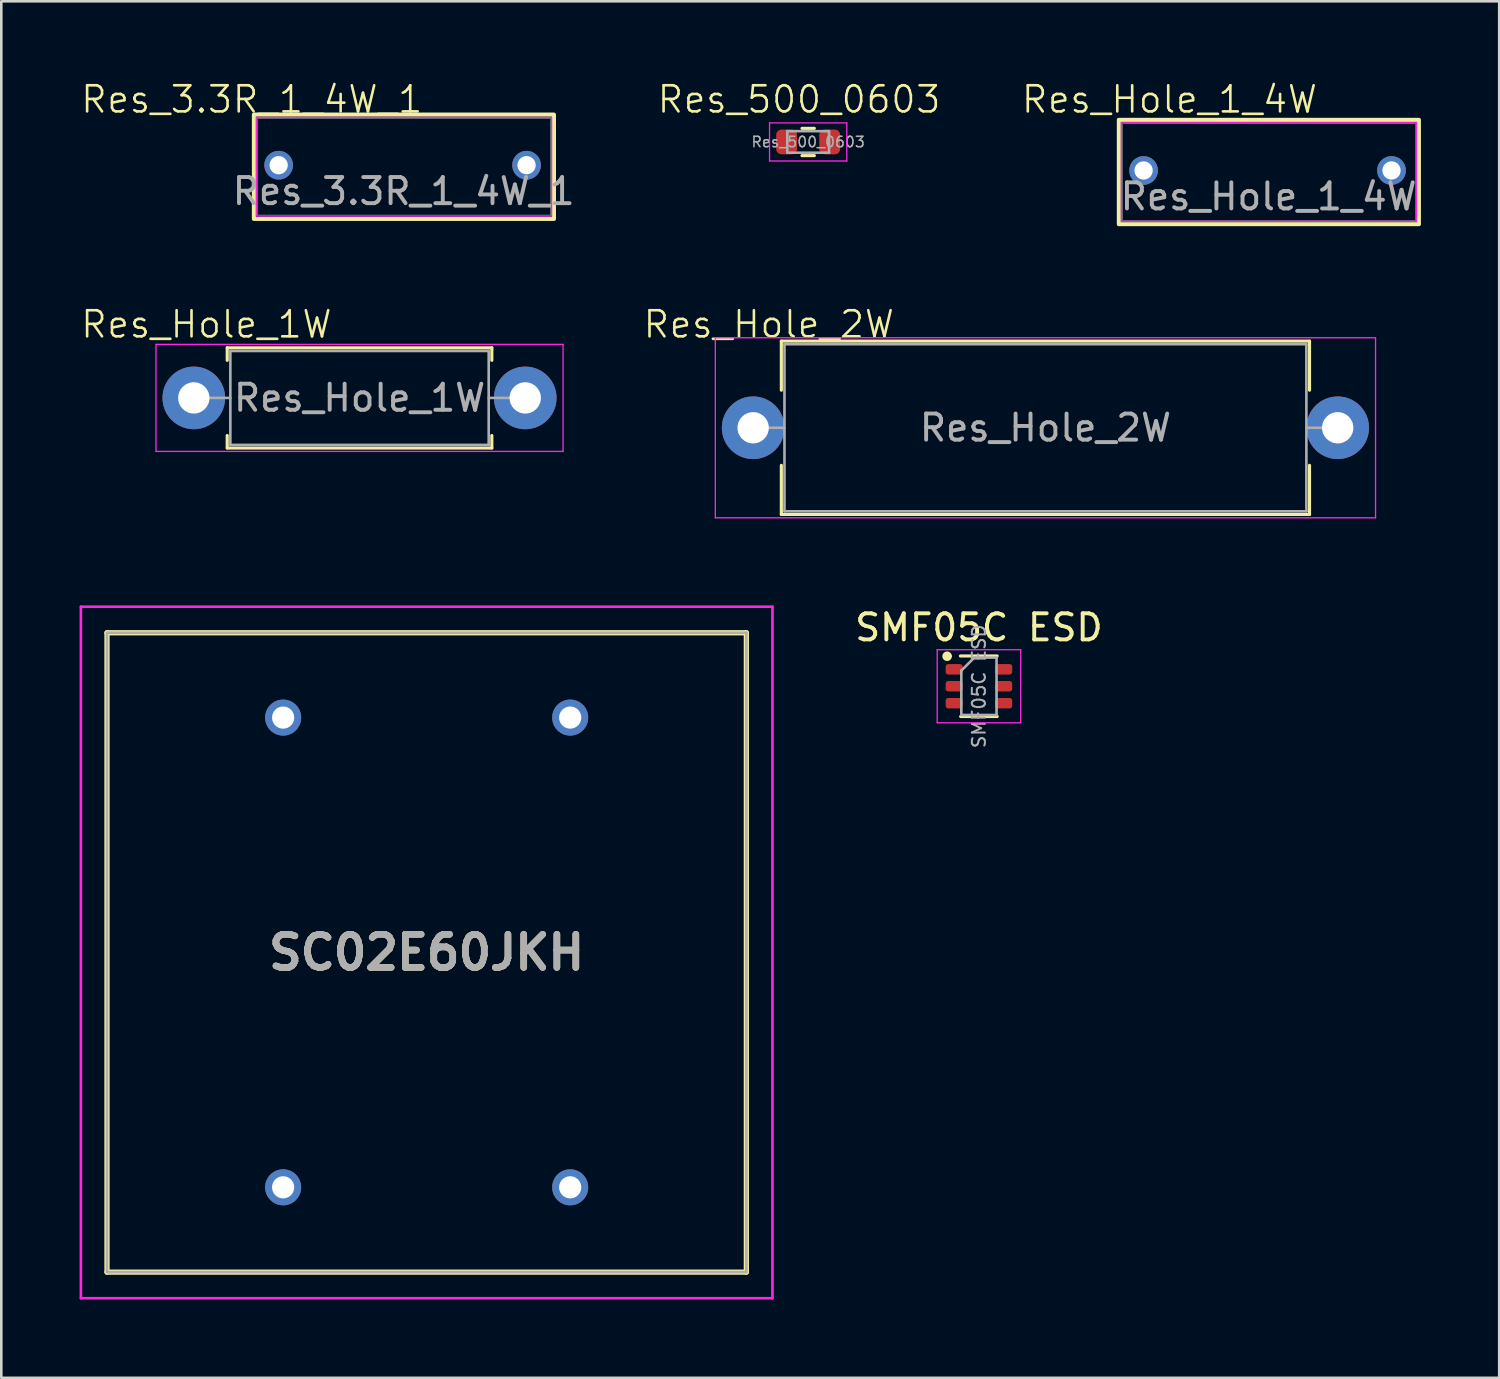
<source format=kicad_pcb>
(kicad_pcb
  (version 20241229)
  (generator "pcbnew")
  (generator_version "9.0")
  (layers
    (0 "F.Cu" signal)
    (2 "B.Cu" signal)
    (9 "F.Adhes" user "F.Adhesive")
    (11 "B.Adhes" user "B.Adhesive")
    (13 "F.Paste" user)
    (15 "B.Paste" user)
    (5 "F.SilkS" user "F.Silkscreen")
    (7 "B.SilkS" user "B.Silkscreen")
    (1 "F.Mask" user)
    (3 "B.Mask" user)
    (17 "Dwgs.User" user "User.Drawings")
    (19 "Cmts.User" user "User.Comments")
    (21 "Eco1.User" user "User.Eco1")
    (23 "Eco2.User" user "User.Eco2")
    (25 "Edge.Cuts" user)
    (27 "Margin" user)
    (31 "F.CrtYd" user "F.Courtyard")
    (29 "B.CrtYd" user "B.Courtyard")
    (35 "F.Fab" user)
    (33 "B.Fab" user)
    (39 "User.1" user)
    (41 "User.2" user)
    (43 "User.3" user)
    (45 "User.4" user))
  (footprint "SMF05C ESD"
    (layer "F.Cu")
    (at 34.463 23.247)
    (property "Reference" "SMF05C ESD" (at 0 -2.25 0) (layer "F.SilkS") (effects (font (size 1 1) (thickness 0.15))))
    (attr smd)
    (fp_line (start -1.29 -1.07) (end -1.15 -1.12) (stroke (width 0.1) (type default)) (layer "F.SilkS"))
    (fp_line (start -1.28 -1.24) (end -1.29 -1.07) (stroke (width 0.1) (type default)) (layer "F.SilkS"))
    (fp_line (start -1.28 -1.24) (end -1.086 -1.15) (stroke (width 0.1) (type default)) (layer "F.SilkS"))
    (fp_line (start -1.15 -1.12) (end -1.285 -1.155) (stroke (width 0.1) (type default)) (layer "F.SilkS"))
    (fp_line (start -0.71 -1.16) (end 0.7 -1.16) (stroke (width 0.12) (type solid)) (layer "F.SilkS"))
    (fp_line (start -0.7 1.16) (end 0.7 1.16) (stroke (width 0.12) (type solid)) (layer "F.SilkS"))
    (fp_circle (center -1.22 -1.15) (end -1.1 -1.09) (stroke (width 0.1) (type default)) (fill no) (layer "F.SilkS"))
    (fp_line (start -1.6 -1.4) (end -1.6 1.4) (stroke (width 0.05) (type solid)) (layer "F.CrtYd"))
    (fp_line (start -1.6 -1.4) (end 1.6 -1.4) (stroke (width 0.05) (type solid)) (layer "F.CrtYd"))
    (fp_line (start -1.6 1.4) (end 1.6 1.4) (stroke (width 0.05) (type solid)) (layer "F.CrtYd"))
    (fp_line (start 1.6 1.4) (end 1.6 -1.4) (stroke (width 0.05) (type solid)) (layer "F.CrtYd"))
    (fp_line (start -0.675 -0.6) (end -0.675 1.1) (stroke (width 0.1) (type solid)) (layer "F.Fab"))
    (fp_line (start -0.175 -1.1) (end -0.675 -0.6) (stroke (width 0.1) (type solid)) (layer "F.Fab"))
    (fp_line (start 0.675 -1.1) (end -0.175 -1.1) (stroke (width 0.1) (type solid)) (layer "F.Fab"))
    (fp_line (start 0.675 -1.1) (end 0.675 1.1) (stroke (width 0.1) (type solid)) (layer "F.Fab"))
    (fp_line (start 0.675 1.1) (end -0.675 1.1) (stroke (width 0.1) (type solid)) (layer "F.Fab"))
    (fp_text user "${REFERENCE}" (at 0 0 90) (layer "F.Fab") (effects (font (size 0.5 0.5) (thickness 0.075))))
    (pad "1" smd roundrect (at -0.95 -0.65) (size 0.65 0.4) (layers "F.Cu" "F.Mask" "F.Paste") (roundrect_rratio 0.25))
    (pad "2" smd roundrect (at -0.95 0) (size 0.65 0.4) (layers "F.Cu" "F.Mask" "F.Paste") (roundrect_rratio 0.25))
    (pad "3" smd roundrect (at -0.95 0.65) (size 0.65 0.4) (layers "F.Cu" "F.Mask" "F.Paste") (roundrect_rratio 0.25))
    (pad "4" smd roundrect (at 0.95 0.65) (size 0.65 0.4) (layers "F.Cu" "F.Mask" "F.Paste") (roundrect_rratio 0.25))
    (pad "5" smd roundrect (at 0.95 0) (size 0.65 0.4) (layers "F.Cu" "F.Mask" "F.Paste") (roundrect_rratio 0.25))
    (pad "6" smd roundrect (at 0.95 -0.65) (size 0.65 0.4) (layers "F.Cu" "F.Mask" "F.Paste") (roundrect_rratio 0.25)))
  (footprint "Res_500_0603"
    (layer "F.Cu")
    (at 25.819 1.77)
    (property "Reference" "Res_500_0603" (at 1.75 -1.01 0) (unlocked yes) (layer "F.SilkS") (effects (font (size 1 1) (thickness 0.1))))
    (attr smd)
    (fp_line (start 1.863 0.098) (end 2.337 0.098) (stroke (width 0.12) (type solid)) (layer "F.SilkS"))
    (fp_line (start 1.863 1.143) (end 2.337 1.143) (stroke (width 0.12) (type solid)) (layer "F.SilkS"))
    (fp_line (start 0.62 -0.11) (end 3.58 -0.11) (stroke (width 0.05) (type solid)) (layer "F.CrtYd"))
    (fp_line (start 0.62 1.35) (end 0.62 -0.11) (stroke (width 0.05) (type solid)) (layer "F.CrtYd"))
    (fp_line (start 3.58 -0.11) (end 3.58 1.35) (stroke (width 0.05) (type solid)) (layer "F.CrtYd"))
    (fp_line (start 3.58 1.35) (end 0.62 1.35) (stroke (width 0.05) (type solid)) (layer "F.CrtYd"))
    (fp_line (start 1.3 0.207) (end 2.9 0.207) (stroke (width 0.1) (type solid)) (layer "F.Fab"))
    (fp_line (start 1.3 1.032) (end 1.3 0.207) (stroke (width 0.1) (type solid)) (layer "F.Fab"))
    (fp_line (start 2.9 0.207) (end 2.9 1.032) (stroke (width 0.1) (type solid)) (layer "F.Fab"))
    (fp_line (start 2.9 1.032) (end 1.3 1.032) (stroke (width 0.1) (type solid)) (layer "F.Fab"))
    (fp_text user "${REFERENCE}" (at 2.1 0.62 0) (layer "F.Fab") (effects (font (size 0.4 0.4) (thickness 0.06))))
    (pad "1" smd roundrect (at 1.275 0.62) (size 0.8 0.95) (layers "F.Cu" "F.Mask" "F.Paste") (roundrect_rratio 0.25))
    (pad "2" smd roundrect (at 2.925 0.62) (size 0.8 0.95) (layers "F.Cu" "F.Mask" "F.Paste") (roundrect_rratio 0.25)))
  (footprint "Res_3.3R_1_4W_1"
    (layer "F.Cu")
    (at 6.598 1.26)
    (property "Reference" "Res_3.3R_1_4W_1" (at 0 -0.5 0) (unlocked yes) (layer "F.SilkS") (effects (font (size 1 1) (thickness 0.1))))
    (attr through_hole)
    (fp_rect (start 0.08 0.08) (end 11.58 4.08) (stroke (width 0.154) (type default)) (fill no) (layer "F.SilkS"))
    (fp_rect (start 0.18 0.19) (end 11.49 3.97) (stroke (width 0.05) (type default)) (fill no) (layer "F.CrtYd"))
    (fp_rect (start 0.22 0.23) (end 11.45 3.93) (stroke (width 0.02) (type default)) (fill no) (layer "F.Fab"))
    (fp_text user "${REFERENCE}" (at 5.82 3.02 0) (unlocked yes) (layer "F.Fab") (effects (font (size 1 1) (thickness 0.15))))
    (pad "1" thru_hole circle (at 1.03 2.02) (size 1.1 1.1) (drill 0.7) (layers "*.Cu" "*.Mask"))
    (pad "2" thru_hole circle (at 10.53 2.02) (size 1.1 1.1) (drill 0.7) (layers "*.Cu" "*.Mask")))
  (footprint "Res_Hole_2W"
    (layer "F.Cu")
    (at 24.303 16.898)
    (property "Reference" "Res_Hole_2W" (at 2.108 -7.518 0) (unlocked yes) (layer "F.SilkS") (effects (font (size 1 1) (thickness 0.1))))
    (attr through_hole)
    (fp_line (start 2.588 -6.876) (end 22.828 -6.876) (stroke (width 0.12) (type solid)) (layer "F.SilkS"))
    (fp_line (start 2.588 -4.996) (end 2.588 -6.876) (stroke (width 0.12) (type solid)) (layer "F.SilkS"))
    (fp_line (start 2.588 -2.116) (end 2.588 -0.236) (stroke (width 0.12) (type solid)) (layer "F.SilkS"))
    (fp_line (start 2.588 -0.236) (end 22.828 -0.236) (stroke (width 0.12) (type solid)) (layer "F.SilkS"))
    (fp_line (start 22.828 -6.876) (end 22.828 -4.996) (stroke (width 0.12) (type solid)) (layer "F.SilkS"))
    (fp_line (start 22.828 -0.236) (end 22.828 -2.116) (stroke (width 0.12) (type solid)) (layer "F.SilkS"))
    (fp_line (start 0.058 -7.006) (end 0.058 -0.106) (stroke (width 0.05) (type solid)) (layer "F.CrtYd"))
    (fp_line (start 0.058 -0.106) (end 25.358 -0.106) (stroke (width 0.05) (type solid)) (layer "F.CrtYd"))
    (fp_line (start 25.358 -7.006) (end 0.058 -7.006) (stroke (width 0.05) (type solid)) (layer "F.CrtYd"))
    (fp_line (start 25.358 -0.106) (end 25.358 -7.006) (stroke (width 0.05) (type solid)) (layer "F.CrtYd"))
    (fp_line (start 1.508 -3.556) (end 2.708 -3.556) (stroke (width 0.1) (type solid)) (layer "F.Fab"))
    (fp_line (start 2.708 -6.756) (end 2.708 -0.356) (stroke (width 0.1) (type solid)) (layer "F.Fab"))
    (fp_line (start 2.708 -0.356) (end 22.708 -0.356) (stroke (width 0.1) (type solid)) (layer "F.Fab"))
    (fp_line (start 22.708 -6.756) (end 2.708 -6.756) (stroke (width 0.1) (type solid)) (layer "F.Fab"))
    (fp_line (start 22.708 -0.356) (end 22.708 -6.756) (stroke (width 0.1) (type solid)) (layer "F.Fab"))
    (fp_line (start 23.908 -3.556) (end 22.708 -3.556) (stroke (width 0.1) (type solid)) (layer "F.Fab"))
    (fp_text user "${REFERENCE}" (at 12.708 -3.556 0) (layer "F.Fab") (effects (font (size 1 1) (thickness 0.15))))
    (pad "1" thru_hole circle (at 1.508 -3.556) (size 2.4 2.4) (drill 1.2) (layers "*.Cu" "*.Mask"))
    (pad "2" thru_hole oval (at 23.908 -3.556) (size 2.4 2.4) (drill 1.2) (layers "*.Cu" "*.Mask")))
  (footprint "SC02E60JKH"
    (layer "F.Cu")
    (at 7.8 42.448)
    (property "Reference" "SC02E60JKH" (at 5.5 -9 0) (layer "F.SilkS") (effects (font (size 1.27 1.27) (thickness 0.254))))
    (attr through_hole)
    (fp_line (start -6.75 -21.25) (end 17.75 -21.25) (stroke (width 0.2) (type solid)) (layer "F.SilkS"))
    (fp_line (start -6.75 3.25) (end -6.75 -21.25) (stroke (width 0.2) (type solid)) (layer "F.SilkS"))
    (fp_line (start 17.75 -21.25) (end 17.75 3.25) (stroke (width 0.2) (type solid)) (layer "F.SilkS"))
    (fp_line (start 17.75 3.25) (end -6.75 3.25) (stroke (width 0.2) (type solid)) (layer "F.SilkS"))
    (fp_line (start -7.75 -22.25) (end 18.75 -22.25) (stroke (width 0.1) (type solid)) (layer "F.CrtYd"))
    (fp_line (start -7.75 4.25) (end -7.75 -22.25) (stroke (width 0.1) (type solid)) (layer "F.CrtYd"))
    (fp_line (start 18.75 -22.25) (end 18.75 4.25) (stroke (width 0.1) (type solid)) (layer "F.CrtYd"))
    (fp_line (start 18.75 4.25) (end -7.75 4.25) (stroke (width 0.1) (type solid)) (layer "F.CrtYd"))
    (fp_line (start -6.75 -21.25) (end 17.75 -21.25) (stroke (width 0.1) (type solid)) (layer "F.Fab"))
    (fp_line (start -6.75 3.25) (end -6.75 -21.25) (stroke (width 0.1) (type solid)) (layer "F.Fab"))
    (fp_line (start 17.75 -21.25) (end 17.75 3.25) (stroke (width 0.1) (type solid)) (layer "F.Fab"))
    (fp_line (start 17.75 3.25) (end -6.75 3.25) (stroke (width 0.1) (type solid)) (layer "F.Fab"))
    (fp_text user "${REFERENCE}" (at 5.5 -9 0) (layer "F.Fab") (effects (font (size 1.27 1.27) (thickness 0.254))))
    (pad "1" thru_hole circle (at 0 0) (size 1.381 1.381) (drill 0.85) (layers "*.Cu" "*.Mask"))
    (pad "2" thru_hole circle (at 0 -18) (size 1.381 1.381) (drill 0.85) (layers "*.Cu" "*.Mask"))
    (pad "3" thru_hole circle (at 11 0) (size 1.381 1.381) (drill 0.85) (layers "*.Cu" "*.Mask"))
    (pad "4" thru_hole circle (at 11 -18) (size 1.381 1.381) (drill 0.85) (layers "*.Cu" "*.Mask")))
  (footprint "Res_Hole_1W"
    (layer "F.Cu")
    (at 2.955 14.206)
    (property "Reference" "Res_Hole_1W" (at 1.905 -4.826 0) (unlocked yes) (layer "F.SilkS") (effects (font (size 1 1) (thickness 0.1))))
    (attr through_hole)
    (fp_line (start 2.702 -3.928) (end 12.842 -3.928) (stroke (width 0.12) (type solid)) (layer "F.SilkS"))
    (fp_line (start 2.702 -3.448) (end 2.702 -3.928) (stroke (width 0.12) (type solid)) (layer "F.SilkS"))
    (fp_line (start 2.702 -0.568) (end 2.702 -0.088) (stroke (width 0.12) (type solid)) (layer "F.SilkS"))
    (fp_line (start 2.702 -0.088) (end 12.842 -0.088) (stroke (width 0.12) (type solid)) (layer "F.SilkS"))
    (fp_line (start 12.842 -3.928) (end 12.842 -3.448) (stroke (width 0.12) (type solid)) (layer "F.SilkS"))
    (fp_line (start 12.842 -0.088) (end 12.842 -0.568) (stroke (width 0.12) (type solid)) (layer "F.SilkS"))
    (fp_line (start -0.028 -4.058) (end -0.028 0.042) (stroke (width 0.05) (type solid)) (layer "F.CrtYd"))
    (fp_line (start -0.028 0.042) (end 15.572 0.042) (stroke (width 0.05) (type solid)) (layer "F.CrtYd"))
    (fp_line (start 15.572 -4.058) (end -0.028 -4.058) (stroke (width 0.05) (type solid)) (layer "F.CrtYd"))
    (fp_line (start 15.572 0.042) (end 15.572 -4.058) (stroke (width 0.05) (type solid)) (layer "F.CrtYd"))
    (fp_line (start 1.422 -2.008) (end 2.822 -2.008) (stroke (width 0.1) (type solid)) (layer "F.Fab"))
    (fp_line (start 2.822 -3.808) (end 2.822 -0.208) (stroke (width 0.1) (type solid)) (layer "F.Fab"))
    (fp_line (start 2.822 -0.208) (end 12.722 -0.208) (stroke (width 0.1) (type solid)) (layer "F.Fab"))
    (fp_line (start 12.722 -3.808) (end 2.822 -3.808) (stroke (width 0.1) (type solid)) (layer "F.Fab"))
    (fp_line (start 12.722 -0.208) (end 12.722 -3.808) (stroke (width 0.1) (type solid)) (layer "F.Fab"))
    (fp_line (start 14.122 -2.008) (end 12.722 -2.008) (stroke (width 0.1) (type solid)) (layer "F.Fab"))
    (fp_text user "${REFERENCE}" (at 7.772 -2.008 0) (layer "F.Fab") (effects (font (size 1 1) (thickness 0.15))))
    (pad "1" thru_hole circle (at 1.422 -2.008) (size 2.4 2.4) (drill 1.2) (layers "*.Cu" "*.Mask"))
    (pad "2" thru_hole oval (at 14.122 -2.008) (size 2.4 2.4) (drill 1.2) (layers "*.Cu" "*.Mask")))
  (footprint "Res_Hole_1_4W"
    (layer "F.Cu")
    (at 39.783 1.522)
    (property "Reference" "Res_Hole_1_4W" (at 1.981 -0.762 0) (unlocked yes) (layer "F.SilkS") (effects (font (size 1 1) (thickness 0.1))))
    (attr through_hole)
    (fp_rect (start 0.04 0.02) (end 11.54 4.02) (stroke (width 0.154) (type default)) (fill no) (layer "F.SilkS"))
    (fp_rect (start 0.14 0.13) (end 11.45 3.91) (stroke (width 0.05) (type default)) (fill no) (layer "F.CrtYd"))
    (fp_rect (start 0.18 0.17) (end 11.41 3.87) (stroke (width 0.02) (type default)) (fill no) (layer "F.Fab"))
    (fp_text user "${REFERENCE}" (at 5.78 2.96 0) (unlocked yes) (layer "F.Fab") (effects (font (size 1 1) (thickness 0.15))))
    (pad "1" thru_hole circle (at 0.99 1.96) (size 1.1 1.1) (drill 0.7) (layers "*.Cu" "*.Mask"))
    (pad "2" thru_hole circle (at 10.49 1.96) (size 1.1 1.1) (drill 0.7) (layers "*.Cu" "*.Mask")))
  (gr_rect
    (start -3 -3)
    (end 54.4 49.748)
    (stroke (width 0.1) (type default))
    (fill no)
    (layer "Edge.Cuts")))
</source>
